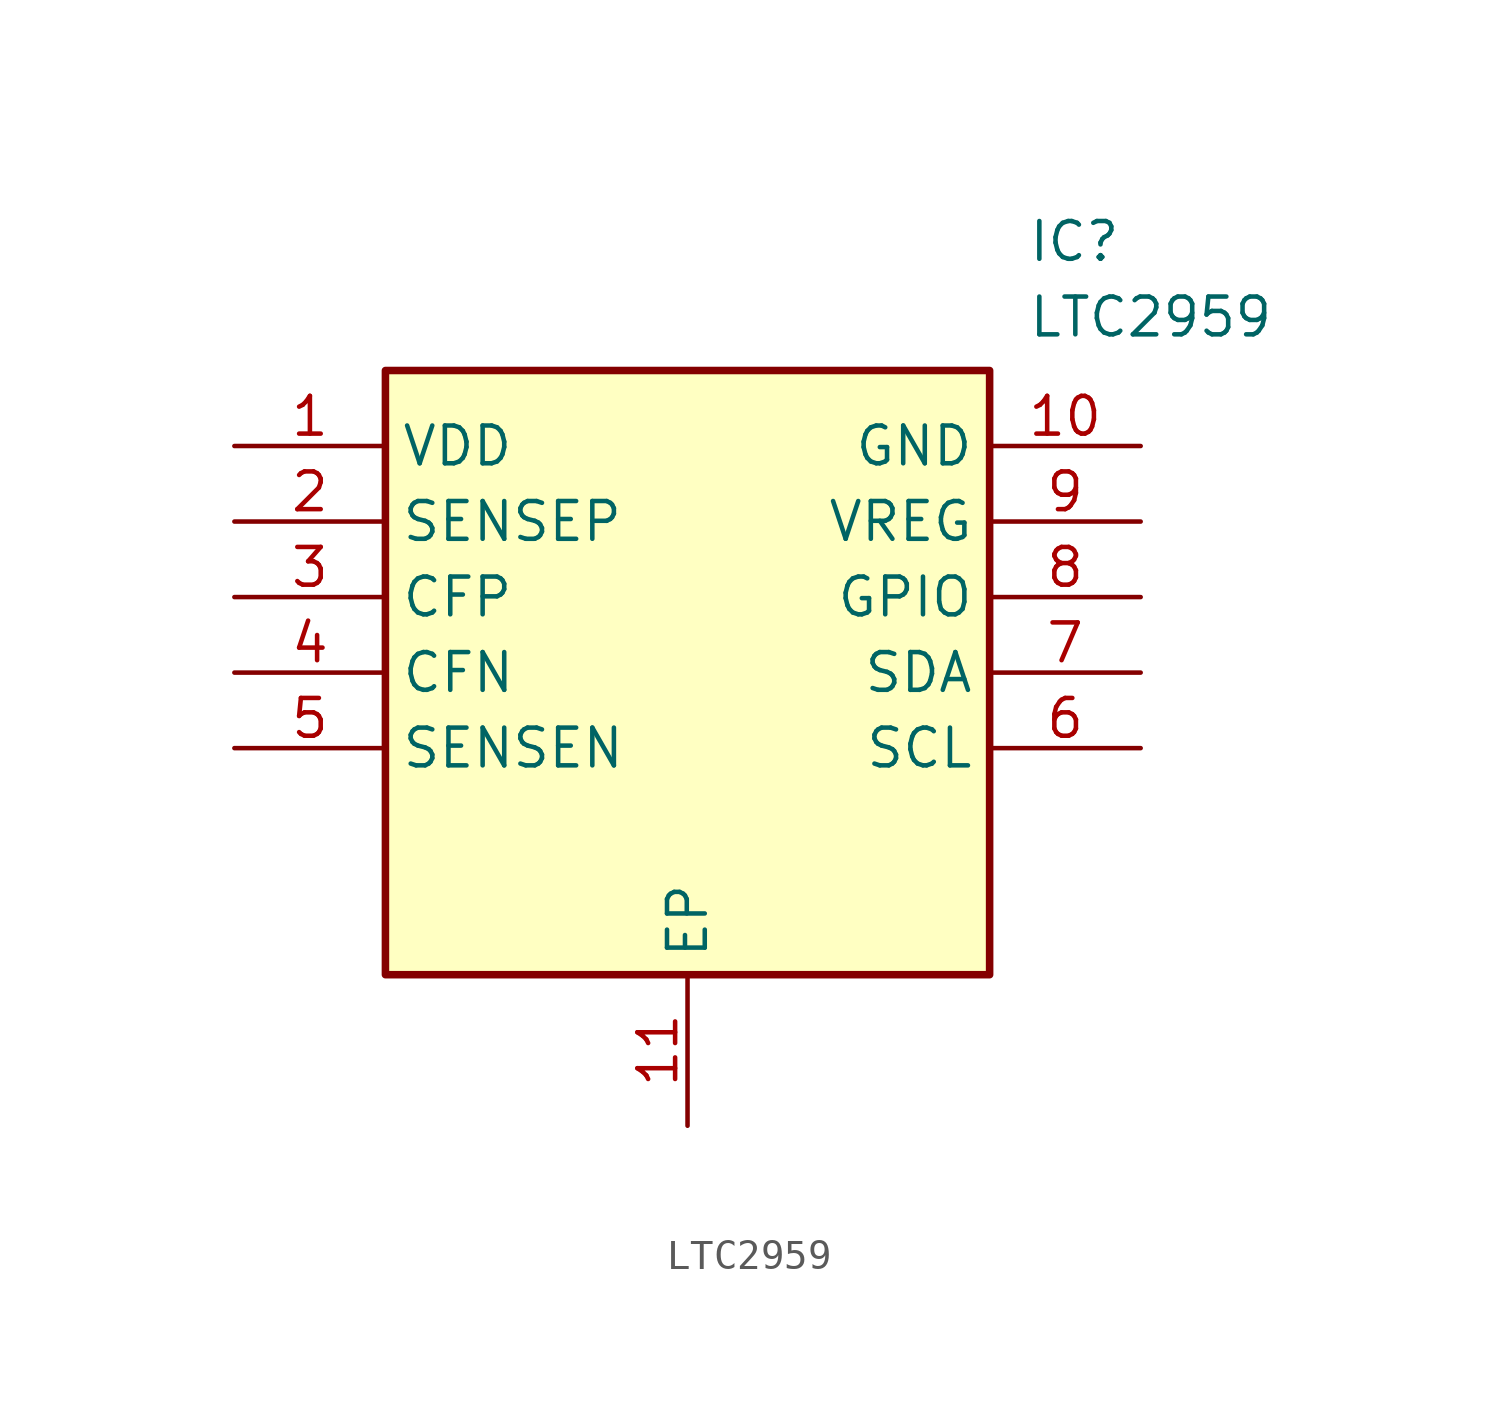
<source format=kicad_sym>
(kicad_symbol_lib
  (version 20211014)
  (generator SamacSys_ECAD_Model)
  (symbol "LTC2959"
    (property "Reference" "IC"
      (at 26.67 7.62 0)
      (effects (font (size 1.27 1.27)) (justify left top)))
    (property "Value" "LTC2959"
      (at 26.67 5.08 0)
      (effects (font (size 1.27 1.27)) (justify left top)))
    (rectangle
      (start 5.08 2.54)
      (end 25.4 -17.78)
      (stroke (width 0.254) (type default))
      (fill (type background)))
    (pin passive line
      (at 0 0 0)
      (length 5.08)
      (name "VDD" (effects (font (size 1.27 1.27))))
      (number "1" (effects (font (size 1.27 1.27)))))
    (pin passive line
      (at 0 -2.54 0)
      (length 5.08)
      (name "SENSEP" (effects (font (size 1.27 1.27))))
      (number "2" (effects (font (size 1.27 1.27)))))
    (pin passive line
      (at 0 -5.08 0)
      (length 5.08)
      (name "CFP" (effects (font (size 1.27 1.27))))
      (number "3" (effects (font (size 1.27 1.27)))))
    (pin passive line
      (at 0 -7.62 0)
      (length 5.08)
      (name "CFN" (effects (font (size 1.27 1.27))))
      (number "4" (effects (font (size 1.27 1.27)))))
    (pin passive line
      (at 0 -10.16 0)
      (length 5.08)
      (name "SENSEN" (effects (font (size 1.27 1.27))))
      (number "5" (effects (font (size 1.27 1.27)))))
    (pin passive line
      (at 15.24 -22.86 90)
      (length 5.08)
      (name "EP" (effects (font (size 1.27 1.27))))
      (number "11" (effects (font (size 1.27 1.27)))))
    (pin passive line
      (at 30.48 0 180)
      (length 5.08)
      (name "GND" (effects (font (size 1.27 1.27))))
      (number "10" (effects (font (size 1.27 1.27)))))
    (pin passive line
      (at 30.48 -2.54 180)
      (length 5.08)
      (name "VREG" (effects (font (size 1.27 1.27))))
      (number "9" (effects (font (size 1.27 1.27)))))
    (pin passive line
      (at 30.48 -5.08 180)
      (length 5.08)
      (name "GPIO" (effects (font (size 1.27 1.27))))
      (number "8" (effects (font (size 1.27 1.27)))))
    (pin passive line
      (at 30.48 -7.62 180)
      (length 5.08)
      (name "SDA" (effects (font (size 1.27 1.27))))
      (number "7" (effects (font (size 1.27 1.27)))))
    (pin passive line
      (at 30.48 -10.16 180)
      (length 5.08)
      (name "SCL" (effects (font (size 1.27 1.27))))
      (number "6" (effects (font (size 1.27 1.27)))))))
</source>
